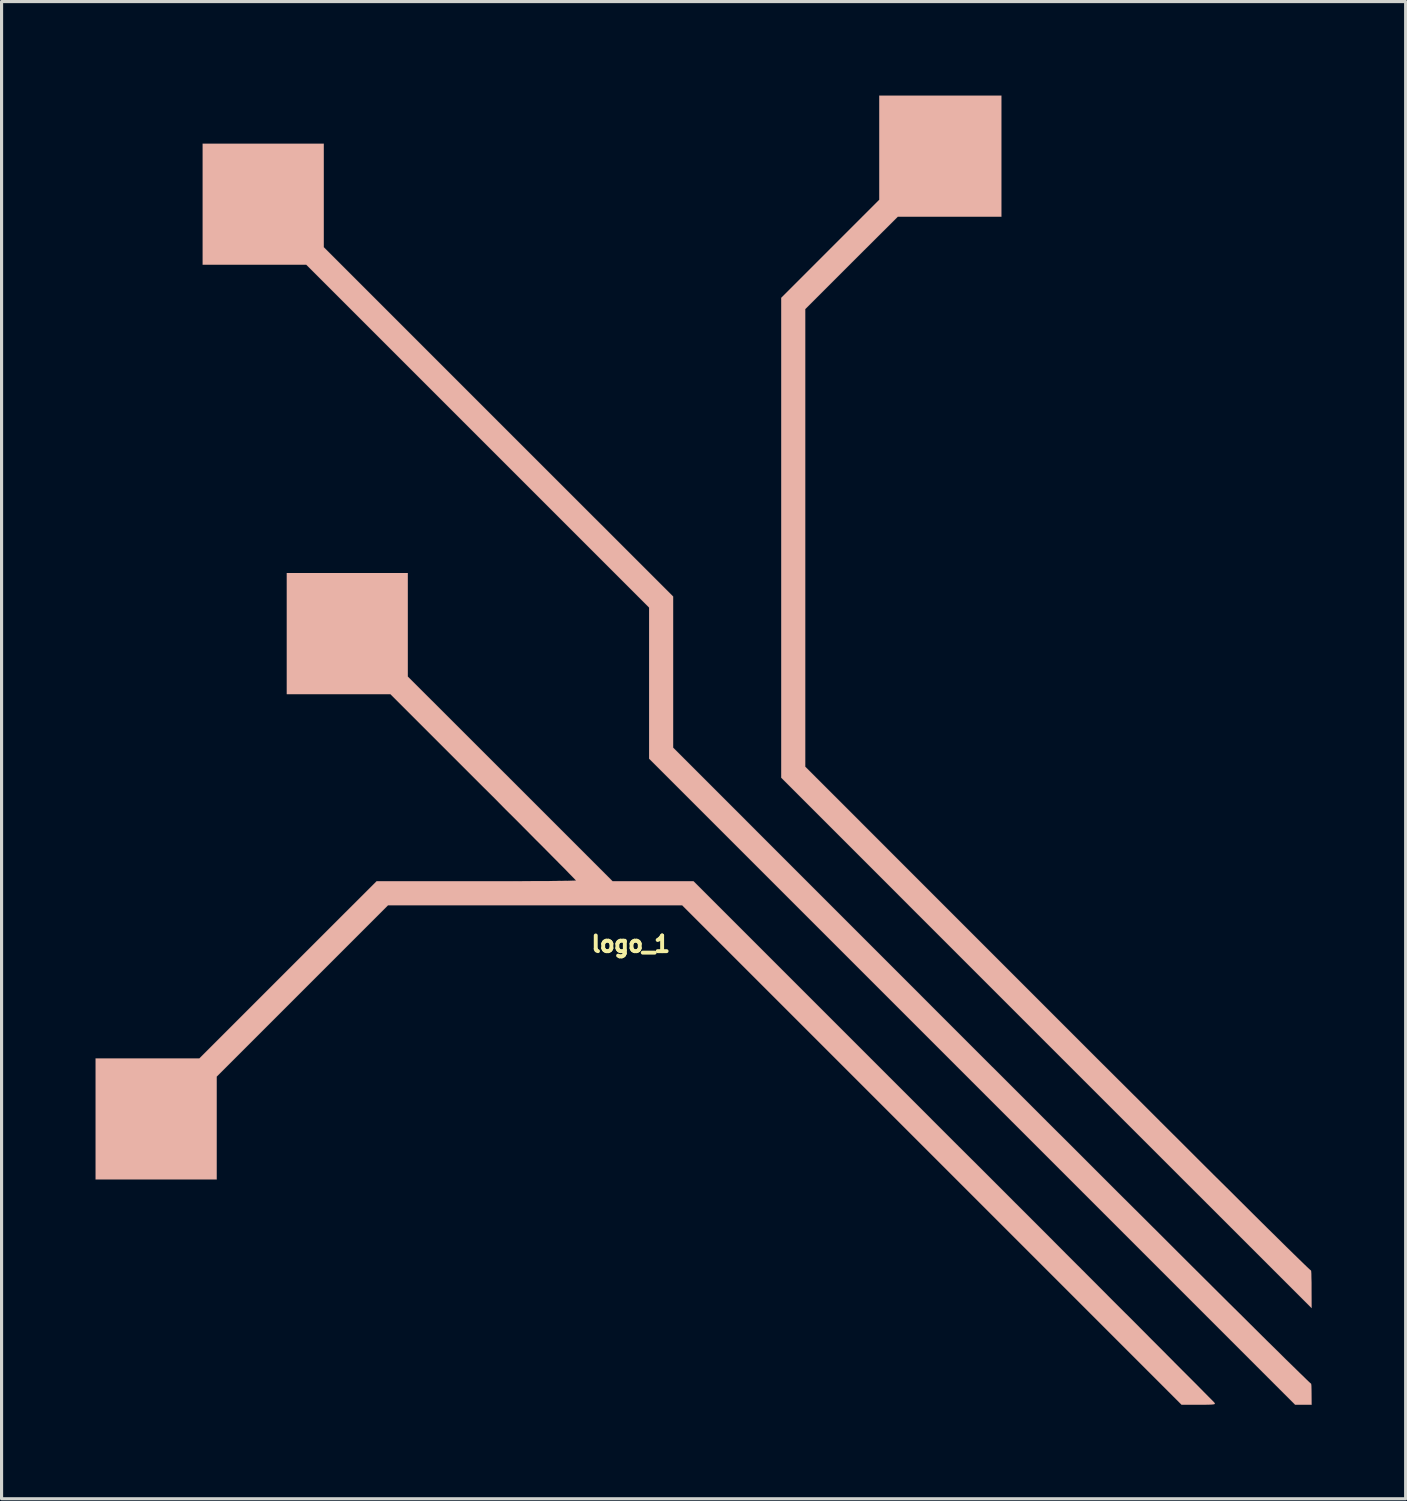
<source format=kicad_pcb>
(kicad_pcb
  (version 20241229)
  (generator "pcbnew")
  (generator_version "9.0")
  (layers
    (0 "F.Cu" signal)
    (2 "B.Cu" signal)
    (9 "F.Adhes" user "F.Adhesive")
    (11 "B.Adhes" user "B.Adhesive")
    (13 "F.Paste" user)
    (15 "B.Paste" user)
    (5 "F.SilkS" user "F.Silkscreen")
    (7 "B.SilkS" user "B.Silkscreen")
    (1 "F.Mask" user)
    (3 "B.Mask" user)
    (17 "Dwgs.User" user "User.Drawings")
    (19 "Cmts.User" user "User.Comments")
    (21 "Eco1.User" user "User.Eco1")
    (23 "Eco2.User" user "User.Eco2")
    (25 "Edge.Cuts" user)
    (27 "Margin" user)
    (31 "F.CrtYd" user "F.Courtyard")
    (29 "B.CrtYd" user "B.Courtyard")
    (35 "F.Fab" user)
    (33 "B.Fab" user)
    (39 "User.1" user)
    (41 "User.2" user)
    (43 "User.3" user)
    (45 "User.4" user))
  (footprint "logo_1"
    (layer "F.Cu")
    (at 15.813 20.733)
    (property "Reference" "logo_1" (at 1.27 6.35 0) (layer "F.SilkS") (effects (font (size 0.5 0.5) (thickness 0.125))))
    (attr through_hole)
    (fp_poly (pts (xy 6.071 1.039) (xy 14.534 9.505) (xy 23 17.968) (xy 22.997 17.346) (xy 22.997 17.158) (xy 22.992 16.998) (xy 22.99 16.871) (xy 22.984 16.792) (xy 22.979 16.764) (xy 22.977 16.767) (xy 22.954 16.749) (xy 22.885 16.685) (xy 22.774 16.579) (xy 22.616 16.426) (xy 22.418 16.233) (xy 22.174 15.994) (xy 21.892 15.715) (xy 21.567 15.395) (xy 21.201 15.032) (xy 20.795 14.628) (xy 20.348 14.183) (xy 19.86 13.701) (xy 19.337 13.18) (xy 18.773 12.616) (xy 18.171 12.017) (xy 17.534 11.379) (xy 16.858 10.706) (xy 16.144 9.995) (xy 15.397 9.248) (xy 14.897 8.748) (xy 6.838 0.688) (xy 6.838 -6.614) (xy 6.838 -13.917) (xy 8.313 -15.392) (xy 9.792 -16.866) (xy 11.445 -16.866) (xy 13.099 -16.866) (xy 13.099 -18.799) (xy 13.099 -20.731) (xy 11.148 -20.731) (xy 9.2 -20.731) (xy 9.2 -19.068) (xy 9.2 -17.407) (xy 7.635 -15.842) (xy 6.071 -14.277) (xy 6.071 -6.619) (xy 6.071 1.039)) (stroke (width 0.003) (type solid)) (fill yes) (layer "B.SilkS"))
    (fp_poly (pts (xy -12.395 -15.334) (xy -10.742 -15.334) (xy -9.088 -15.334) (xy -3.617 -9.863) (xy 1.854 -4.392) (xy 1.854 -1.981) (xy 1.854 0.432) (xy 12.164 10.742) (xy 22.474 21.052) (xy 22.738 21.052) (xy 23 21.052) (xy 22.997 20.693) (xy 22.995 20.554) (xy 22.992 20.45) (xy 22.984 20.386) (xy 22.977 20.376) (xy 22.954 20.358) (xy 22.885 20.295) (xy 22.774 20.185) (xy 22.616 20.033) (xy 22.416 19.837) (xy 22.174 19.601) (xy 21.89 19.319) (xy 21.562 18.997) (xy 21.194 18.631) (xy 20.785 18.224) (xy 20.335 17.78) (xy 19.845 17.292) (xy 19.317 16.767) (xy 18.748 16.2) (xy 18.141 15.593) (xy 17.496 14.95) (xy 16.812 14.27) (xy 16.093 13.551) (xy 15.337 12.794) (xy 14.541 12.002) (xy 13.711 11.171) (xy 12.847 10.307) (xy 12.789 10.251) (xy 2.621 0.079) (xy 2.621 -2.332) (xy 2.621 -4.745) (xy -2.954 -10.317) (xy -8.529 -15.893) (xy -8.529 -17.546) (xy -8.529 -19.197) (xy -10.462 -19.197) (xy -12.395 -19.197) (xy -12.395 -17.267) (xy -12.395 -15.334)) (stroke (width 0.003) (type solid)) (fill yes) (layer "B.SilkS"))
    (fp_poly (pts (xy -15.812 13.863) (xy -13.879 13.863) (xy -11.946 13.863) (xy -11.946 12.222) (xy -11.946 10.579) (xy -9.213 7.846) (xy -6.477 5.11) (xy -1.786 5.11) (xy 2.908 5.11) (xy 10.879 13.081) (xy 18.849 21.052) (xy 19.393 21.052) (xy 19.591 21.052) (xy 19.733 21.049) (xy 19.827 21.044) (xy 19.883 21.036) (xy 19.909 21.026) (xy 19.911 21.008) (xy 19.903 20.996) (xy 19.881 20.97) (xy 19.812 20.899) (xy 19.7 20.787) (xy 19.55 20.635) (xy 19.36 20.442) (xy 19.134 20.216) (xy 18.87 19.952) (xy 18.575 19.655) (xy 18.245 19.322) (xy 17.884 18.961) (xy 17.496 18.57) (xy 17.079 18.153) (xy 16.634 17.709) (xy 16.167 17.239) (xy 15.677 16.749) (xy 15.164 16.236) (xy 14.633 15.702) (xy 14.082 15.151) (xy 13.515 14.585) (xy 12.934 14.003) (xy 12.337 13.406) (xy 11.73 12.802) (xy 11.57 12.642) (xy 3.272 4.343) (xy 1.979 4.343) (xy 0.688 4.343) (xy -2.578 1.077) (xy -5.847 -2.189) (xy -5.847 -3.843) (xy -5.847 -5.494) (xy -7.777 -5.494) (xy -9.71 -5.494) (xy -9.71 -3.561) (xy -9.71 -1.628) (xy -8.057 -1.628) (xy -6.403 -1.628) (xy -3.442 1.333) (xy -3.078 1.694) (xy -2.731 2.047) (xy -2.395 2.38) (xy -2.08 2.697) (xy -1.786 2.995) (xy -1.511 3.269) (xy -1.265 3.518) (xy -1.049 3.736) (xy -0.861 3.924) (xy -0.709 4.082) (xy -0.594 4.199) (xy -0.516 4.28) (xy -0.48 4.318) (xy -0.48 4.321) (xy -0.511 4.323) (xy -0.602 4.326) (xy -0.747 4.331) (xy -0.945 4.333) (xy -1.189 4.336) (xy -1.476 4.338) (xy -1.798 4.338) (xy -2.156 4.341) (xy -2.545 4.343) (xy -2.959 4.343) (xy -3.393 4.343) (xy -3.66 4.343) (xy -6.843 4.343) (xy -9.672 7.17) (xy -12.499 9.997) (xy -14.155 9.997) (xy -15.812 9.997) (xy -15.812 11.93) (xy -15.812 13.863)) (stroke (width 0.003) (type solid)) (fill yes) (layer "B.SilkS")))
  (gr_rect
    (start -3 -3)
    (end 41.814 44.786)
    (stroke (width 0.1) (type default))
    (fill no)
    (layer "Edge.Cuts")))
</source>
